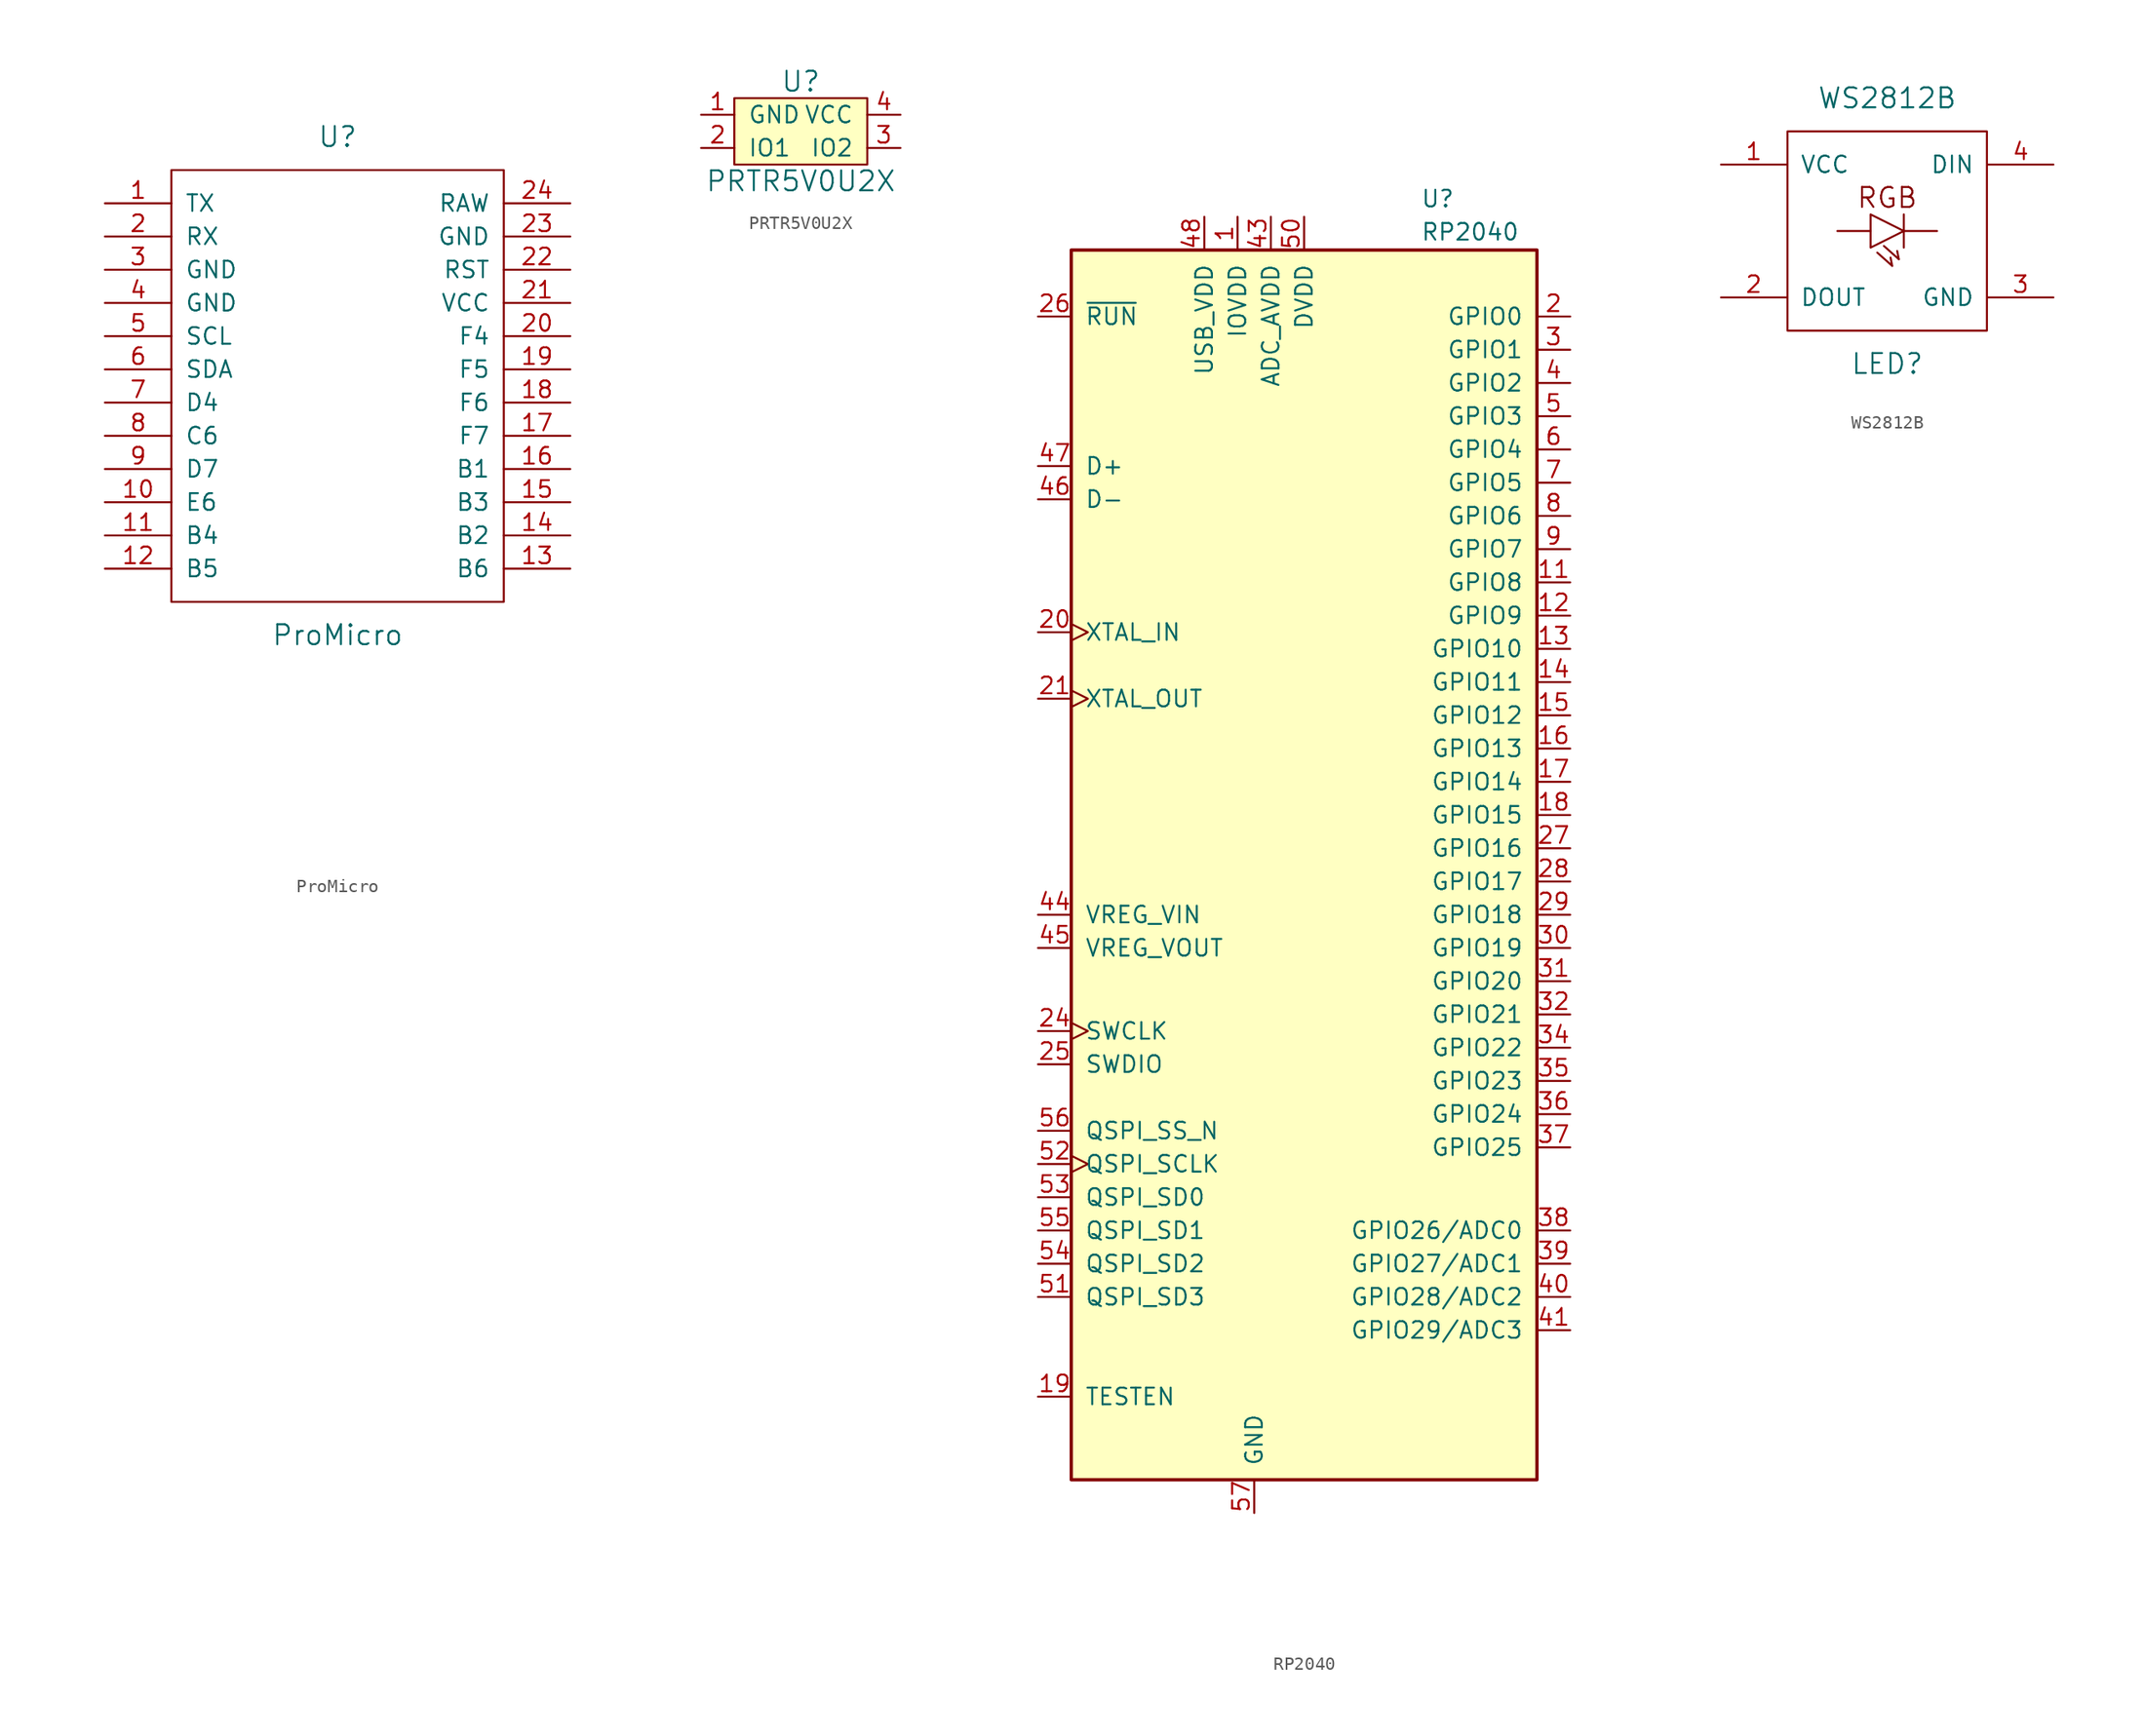
<source format=kicad_sym>
(kicad_symbol_lib
  (version 20220914)
  (generator kicad_symbol_editor)
  (symbol "ProMicro"
    (pin_names
      (offset 1.016))
    (property "Reference" "U"
      (at 0 24.13 0)
      (effects (font (size 1.524 1.524))))
    (property "Value" "ProMicro"
      (at 0 -13.97 0)
      (effects (font (size 1.524 1.524))))
    (property "Footprint" ""
      (at 2.54 -26.67 0)
      (effects (font (size 1.524 1.524))))
    (property "Datasheet" ""
      (at 2.54 -26.67 0)
      (effects (font (size 1.524 1.524))))
    (symbol "ProMicro_0_1"
      (rectangle (start -12.7 21.59) (end 12.7 -11.43) (stroke (width 0) (type solid)) (fill (type none))))
    (symbol "ProMicro_1_1"
      (pin bidirectional line (at -17.78 19.05 0) (length 5.08) (name "TX" (effects (font (size 1.27 1.27)))) (number "1" (effects (font (size 1.27 1.27)))))
      (pin bidirectional line (at -17.78 -3.81 0) (length 5.08) (name "E6" (effects (font (size 1.27 1.27)))) (number "10" (effects (font (size 1.27 1.27)))))
      (pin bidirectional line (at -17.78 -6.35 0) (length 5.08) (name "B4" (effects (font (size 1.27 1.27)))) (number "11" (effects (font (size 1.27 1.27)))))
      (pin bidirectional line (at -17.78 -8.89 0) (length 5.08) (name "B5" (effects (font (size 1.27 1.27)))) (number "12" (effects (font (size 1.27 1.27)))))
      (pin bidirectional line (at 17.78 -8.89 180) (length 5.08) (name "B6" (effects (font (size 1.27 1.27)))) (number "13" (effects (font (size 1.27 1.27)))))
      (pin bidirectional line (at 17.78 -6.35 180) (length 5.08) (name "B2" (effects (font (size 1.27 1.27)))) (number "14" (effects (font (size 1.27 1.27)))))
      (pin bidirectional line (at 17.78 -3.81 180) (length 5.08) (name "B3" (effects (font (size 1.27 1.27)))) (number "15" (effects (font (size 1.27 1.27)))))
      (pin bidirectional line (at 17.78 -1.27 180) (length 5.08) (name "B1" (effects (font (size 1.27 1.27)))) (number "16" (effects (font (size 1.27 1.27)))))
      (pin bidirectional line (at 17.78 1.27 180) (length 5.08) (name "F7" (effects (font (size 1.27 1.27)))) (number "17" (effects (font (size 1.27 1.27)))))
      (pin bidirectional line (at 17.78 3.81 180) (length 5.08) (name "F6" (effects (font (size 1.27 1.27)))) (number "18" (effects (font (size 1.27 1.27)))))
      (pin bidirectional line (at 17.78 6.35 180) (length 5.08) (name "F5" (effects (font (size 1.27 1.27)))) (number "19" (effects (font (size 1.27 1.27)))))
      (pin bidirectional line (at -17.78 16.51 0) (length 5.08) (name "RX" (effects (font (size 1.27 1.27)))) (number "2" (effects (font (size 1.27 1.27)))))
      (pin bidirectional line (at 17.78 8.89 180) (length 5.08) (name "F4" (effects (font (size 1.27 1.27)))) (number "20" (effects (font (size 1.27 1.27)))))
      (pin power_in line (at 17.78 11.43 180) (length 5.08) (name "VCC" (effects (font (size 1.27 1.27)))) (number "21" (effects (font (size 1.27 1.27)))))
      (pin input line (at 17.78 13.97 180) (length 5.08) (name "RST" (effects (font (size 1.27 1.27)))) (number "22" (effects (font (size 1.27 1.27)))))
      (pin power_in line (at 17.78 16.51 180) (length 5.08) (name "GND" (effects (font (size 1.27 1.27)))) (number "23" (effects (font (size 1.27 1.27)))))
      (pin power_out line (at 17.78 19.05 180) (length 5.08) (name "RAW" (effects (font (size 1.27 1.27)))) (number "24" (effects (font (size 1.27 1.27)))))
      (pin power_in line (at -17.78 13.97 0) (length 5.08) (name "GND" (effects (font (size 1.27 1.27)))) (number "3" (effects (font (size 1.27 1.27)))))
      (pin power_in line (at -17.78 11.43 0) (length 5.08) (name "GND" (effects (font (size 1.27 1.27)))) (number "4" (effects (font (size 1.27 1.27)))))
      (pin bidirectional line (at -17.78 8.89 0) (length 5.08) (name "SCL" (effects (font (size 1.27 1.27)))) (number "5" (effects (font (size 1.27 1.27)))))
      (pin bidirectional line (at -17.78 6.35 0) (length 5.08) (name "SDA" (effects (font (size 1.27 1.27)))) (number "6" (effects (font (size 1.27 1.27)))))
      (pin bidirectional line (at -17.78 3.81 0) (length 5.08) (name "D4" (effects (font (size 1.27 1.27)))) (number "7" (effects (font (size 1.27 1.27)))))
      (pin bidirectional line (at -17.78 1.27 0) (length 5.08) (name "C6" (effects (font (size 1.27 1.27)))) (number "8" (effects (font (size 1.27 1.27)))))
      (pin bidirectional line (at -17.78 -1.27 0) (length 5.08) (name "D7" (effects (font (size 1.27 1.27)))) (number "9" (effects (font (size 1.27 1.27)))))))
  (symbol "PRTR5V0U2X"
    (pin_names
      (offset 1.016))
    (property "Reference" "U"
      (at 0 3.81 0)
      (effects (font (size 1.524 1.524))))
    (property "Value" "PRTR5V0U2X"
      (at 0 -3.81 0)
      (effects (font (size 1.524 1.524))))
    (symbol "PRTR5V0U2X_0_1"
      (rectangle (start -5.08 2.54) (end 5.08 -2.54) (stroke (width 0) (type solid)) (fill (type background))))
    (symbol "PRTR5V0U2X_1_1"
      (pin input line (at -7.62 1.27 0) (length 2.54) (name "GND" (effects (font (size 1.27 1.27)))) (number "1" (effects (font (size 1.27 1.27)))))
      (pin input line (at -7.62 -1.27 0) (length 2.54) (name "IO1" (effects (font (size 1.27 1.27)))) (number "2" (effects (font (size 1.27 1.27)))))
      (pin input line (at 7.62 -1.27 180) (length 2.54) (name "IO2" (effects (font (size 1.27 1.27)))) (number "3" (effects (font (size 1.27 1.27)))))
      (pin input line (at 7.62 1.27 180) (length 2.54) (name "VCC" (effects (font (size 1.27 1.27)))) (number "4" (effects (font (size 1.27 1.27)))))))
  (symbol "RP2040"
    (pin_names
      (offset 1.016))
    (property "Reference" "U"
      (at 8.89 51.435 0)
      (effects (font (size 1.27 1.27)) (justify left bottom)))
    (property "Value" "RP2040"
      (at 8.89 48.895 0)
      (effects (font (size 1.27 1.27)) (justify left bottom)))
    (symbol "RP2040_0_0"
      (rectangle (start -17.78 -45.72) (end 17.78 48.26) (stroke (width 0.254) (type default)) (fill (type background))))
    (symbol "RP2040_1_1"
      (pin power_in line (at -5.08 50.8 270) (length 2.54) (name "IOVDD" (effects (font (size 1.27 1.27)))) (number "1" (effects (font (size 1.27 1.27)))))
      (pin power_in line (at -5.08 50.8 270) (length 2.54) hide (name "IOVDD" (effects (font (size 1.27 1.27)))) (number "10" (effects (font (size 1.27 1.27)))))
      (pin input line (at 20.32 22.86 180) (length 2.54) (name "GPIO8" (effects (font (size 1.27 1.27)))) (number "11" (effects (font (size 1.27 1.27)))))
      (pin input line (at 20.32 20.32 180) (length 2.54) (name "GPIO9" (effects (font (size 1.27 1.27)))) (number "12" (effects (font (size 1.27 1.27)))))
      (pin input line (at 20.32 17.78 180) (length 2.54) (name "GPIO10" (effects (font (size 1.27 1.27)))) (number "13" (effects (font (size 1.27 1.27)))))
      (pin input line (at 20.32 15.24 180) (length 2.54) (name "GPIO11" (effects (font (size 1.27 1.27)))) (number "14" (effects (font (size 1.27 1.27)))))
      (pin input line (at 20.32 12.7 180) (length 2.54) (name "GPIO12" (effects (font (size 1.27 1.27)))) (number "15" (effects (font (size 1.27 1.27)))))
      (pin input line (at 20.32 10.16 180) (length 2.54) (name "GPIO13" (effects (font (size 1.27 1.27)))) (number "16" (effects (font (size 1.27 1.27)))))
      (pin input line (at 20.32 7.62 180) (length 2.54) (name "GPIO14" (effects (font (size 1.27 1.27)))) (number "17" (effects (font (size 1.27 1.27)))))
      (pin input line (at 20.32 5.08 180) (length 2.54) (name "GPIO15" (effects (font (size 1.27 1.27)))) (number "18" (effects (font (size 1.27 1.27)))))
      (pin input line (at -20.32 -39.37 0) (length 2.54) (name "TESTEN" (effects (font (size 1.27 1.27)))) (number "19" (effects (font (size 1.27 1.27)))))
      (pin input line (at 20.32 43.18 180) (length 2.54) (name "GPIO0" (effects (font (size 1.27 1.27)))) (number "2" (effects (font (size 1.27 1.27)))))
      (pin input clock (at -20.32 19.05 0) (length 2.54) (name "XTAL_IN" (effects (font (size 1.27 1.27)))) (number "20" (effects (font (size 1.27 1.27)))))
      (pin input clock (at -20.32 13.97 0) (length 2.54) (name "XTAL_OUT" (effects (font (size 1.27 1.27)))) (number "21" (effects (font (size 1.27 1.27)))))
      (pin power_in line (at -5.08 50.8 270) (length 2.54) hide (name "IOVDD" (effects (font (size 1.27 1.27)))) (number "22" (effects (font (size 1.27 1.27)))))
      (pin power_in line (at 0 50.8 270) (length 2.54) hide (name "DVDD" (effects (font (size 1.27 1.27)))) (number "23" (effects (font (size 1.27 1.27)))))
      (pin input clock (at -20.32 -11.43 0) (length 2.54) (name "SWCLK" (effects (font (size 1.27 1.27)))) (number "24" (effects (font (size 1.27 1.27)))))
      (pin bidirectional line (at -20.32 -13.97 0) (length 2.54) (name "SWDIO" (effects (font (size 1.27 1.27)))) (number "25" (effects (font (size 1.27 1.27)))))
      (pin input line (at -20.32 43.18 0) (length 2.54) (name "~{RUN}" (effects (font (size 1.27 1.27)))) (number "26" (effects (font (size 1.27 1.27)))))
      (pin input line (at 20.32 2.54 180) (length 2.54) (name "GPIO16" (effects (font (size 1.27 1.27)))) (number "27" (effects (font (size 1.27 1.27)))))
      (pin input line (at 20.32 0 180) (length 2.54) (name "GPIO17" (effects (font (size 1.27 1.27)))) (number "28" (effects (font (size 1.27 1.27)))))
      (pin input line (at 20.32 -2.54 180) (length 2.54) (name "GPIO18" (effects (font (size 1.27 1.27)))) (number "29" (effects (font (size 1.27 1.27)))))
      (pin input line (at 20.32 40.64 180) (length 2.54) (name "GPIO1" (effects (font (size 1.27 1.27)))) (number "3" (effects (font (size 1.27 1.27)))))
      (pin input line (at 20.32 -5.08 180) (length 2.54) (name "GPIO19" (effects (font (size 1.27 1.27)))) (number "30" (effects (font (size 1.27 1.27)))))
      (pin input line (at 20.32 -7.62 180) (length 2.54) (name "GPIO20" (effects (font (size 1.27 1.27)))) (number "31" (effects (font (size 1.27 1.27)))))
      (pin input line (at 20.32 -10.16 180) (length 2.54) (name "GPIO21" (effects (font (size 1.27 1.27)))) (number "32" (effects (font (size 1.27 1.27)))))
      (pin power_in line (at -5.08 50.8 270) (length 2.54) hide (name "IOVDD" (effects (font (size 1.27 1.27)))) (number "33" (effects (font (size 1.27 1.27)))))
      (pin input line (at 20.32 -12.7 180) (length 2.54) (name "GPIO22" (effects (font (size 1.27 1.27)))) (number "34" (effects (font (size 1.27 1.27)))))
      (pin input line (at 20.32 -15.24 180) (length 2.54) (name "GPIO23" (effects (font (size 1.27 1.27)))) (number "35" (effects (font (size 1.27 1.27)))))
      (pin input line (at 20.32 -17.78 180) (length 2.54) (name "GPIO24" (effects (font (size 1.27 1.27)))) (number "36" (effects (font (size 1.27 1.27)))))
      (pin input line (at 20.32 -20.32 180) (length 2.54) (name "GPIO25" (effects (font (size 1.27 1.27)))) (number "37" (effects (font (size 1.27 1.27)))))
      (pin input line (at 20.32 -26.67 180) (length 2.54) (name "GPIO26/ADC0" (effects (font (size 1.27 1.27)))) (number "38" (effects (font (size 1.27 1.27)))))
      (pin input line (at 20.32 -29.21 180) (length 2.54) (name "GPIO27/ADC1" (effects (font (size 1.27 1.27)))) (number "39" (effects (font (size 1.27 1.27)))))
      (pin input line (at 20.32 38.1 180) (length 2.54) (name "GPIO2" (effects (font (size 1.27 1.27)))) (number "4" (effects (font (size 1.27 1.27)))))
      (pin input line (at 20.32 -31.75 180) (length 2.54) (name "GPIO28/ADC2" (effects (font (size 1.27 1.27)))) (number "40" (effects (font (size 1.27 1.27)))))
      (pin input line (at 20.32 -34.29 180) (length 2.54) (name "GPIO29/ADC3" (effects (font (size 1.27 1.27)))) (number "41" (effects (font (size 1.27 1.27)))))
      (pin power_in line (at -5.08 50.8 270) (length 2.54) hide (name "IOVDD" (effects (font (size 1.27 1.27)))) (number "42" (effects (font (size 1.27 1.27)))))
      (pin power_in line (at -2.54 50.8 270) (length 2.54) (name "ADC_AVDD" (effects (font (size 1.27 1.27)))) (number "43" (effects (font (size 1.27 1.27)))))
      (pin power_in line (at -20.32 -2.54 0) (length 2.54) (name "VREG_VIN" (effects (font (size 1.27 1.27)))) (number "44" (effects (font (size 1.27 1.27)))))
      (pin power_out line (at -20.32 -5.08 0) (length 2.54) (name "VREG_VOUT" (effects (font (size 1.27 1.27)))) (number "45" (effects (font (size 1.27 1.27)))))
      (pin bidirectional line (at -20.32 29.21 0) (length 2.54) (name "D-" (effects (font (size 1.27 1.27)))) (number "46" (effects (font (size 1.27 1.27)))))
      (pin bidirectional line (at -20.32 31.75 0) (length 2.54) (name "D+" (effects (font (size 1.27 1.27)))) (number "47" (effects (font (size 1.27 1.27)))))
      (pin power_in line (at -7.62 50.8 270) (length 2.54) (name "USB_VDD" (effects (font (size 1.27 1.27)))) (number "48" (effects (font (size 1.27 1.27)))))
      (pin power_in line (at -5.08 50.8 270) (length 2.54) hide (name "IOVDD" (effects (font (size 1.27 1.27)))) (number "49" (effects (font (size 1.27 1.27)))))
      (pin input line (at 20.32 35.56 180) (length 2.54) (name "GPIO3" (effects (font (size 1.27 1.27)))) (number "5" (effects (font (size 1.27 1.27)))))
      (pin power_in line (at 0 50.8 270) (length 2.54) (name "DVDD" (effects (font (size 1.27 1.27)))) (number "50" (effects (font (size 1.27 1.27)))))
      (pin bidirectional line (at -20.32 -31.75 0) (length 2.54) (name "QSPI_SD3" (effects (font (size 1.27 1.27)))) (number "51" (effects (font (size 1.27 1.27)))))
      (pin input clock (at -20.32 -21.59 0) (length 2.54) (name "QSPI_SCLK" (effects (font (size 1.27 1.27)))) (number "52" (effects (font (size 1.27 1.27)))))
      (pin bidirectional line (at -20.32 -24.13 0) (length 2.54) (name "QSPI_SD0" (effects (font (size 1.27 1.27)))) (number "53" (effects (font (size 1.27 1.27)))))
      (pin bidirectional line (at -20.32 -29.21 0) (length 2.54) (name "QSPI_SD2" (effects (font (size 1.27 1.27)))) (number "54" (effects (font (size 1.27 1.27)))))
      (pin bidirectional line (at -20.32 -26.67 0) (length 2.54) (name "QSPI_SD1" (effects (font (size 1.27 1.27)))) (number "55" (effects (font (size 1.27 1.27)))))
      (pin bidirectional line (at -20.32 -19.05 0) (length 2.54) (name "QSPI_SS_N" (effects (font (size 1.27 1.27)))) (number "56" (effects (font (size 1.27 1.27)))))
      (pin power_in line (at -3.81 -48.26 90) (length 2.54) (name "GND" (effects (font (size 1.27 1.27)))) (number "57" (effects (font (size 1.27 1.27)))))
      (pin input line (at 20.32 33.02 180) (length 2.54) (name "GPIO4" (effects (font (size 1.27 1.27)))) (number "6" (effects (font (size 1.27 1.27)))))
      (pin input line (at 20.32 30.48 180) (length 2.54) (name "GPIO5" (effects (font (size 1.27 1.27)))) (number "7" (effects (font (size 1.27 1.27)))))
      (pin input line (at 20.32 27.94 180) (length 2.54) (name "GPIO6" (effects (font (size 1.27 1.27)))) (number "8" (effects (font (size 1.27 1.27)))))
      (pin input line (at 20.32 25.4 180) (length 2.54) (name "GPIO7" (effects (font (size 1.27 1.27)))) (number "9" (effects (font (size 1.27 1.27)))))))
  (symbol "WS2812B"
    (pin_names
      (offset 1.016))
    (property "Reference" "LED"
      (at 0 -10.16 0)
      (effects (font (size 1.524 1.524))))
    (property "Value" "WS2812B"
      (at 0 10.16 0)
      (effects (font (size 1.524 1.524))))
    (property "Footprint" ""
      (at -1.27 0 90)
      (effects (font (size 1.524 1.524))))
    (property "Datasheet" ""
      (at -1.27 0 90)
      (effects (font (size 1.524 1.524))))
    (symbol "WS2812B_0_0"
      (polyline (pts (xy -1.27 0) (xy -3.81 0)) (stroke (width 0) (type solid)) (fill (type none)))
      (polyline (pts (xy -0.254 -1.143) (xy 0.889 -2.159)) (stroke (width 0) (type solid)) (fill (type none)))
      (polyline (pts (xy 0.381 -2.667) (xy -0.762 -1.651)) (stroke (width 0) (type solid)) (fill (type none)))
      (polyline (pts (xy 0.381 -2.667) (xy 0.254 -2.032)) (stroke (width 0) (type solid)) (fill (type none)))
      (polyline (pts (xy 0.889 -2.159) (xy 0.762 -1.524)) (stroke (width 0) (type solid)) (fill (type none)))
      (polyline (pts (xy 1.27 0) (xy 3.81 0)) (stroke (width 0) (type solid)) (fill (type none)))
      (text "RGB" (at 0 2.54 0) (effects (font (size 1.524 1.524)))))
    (symbol "WS2812B_0_1"
      (rectangle (start -7.62 7.62) (end 7.62 -7.62) (stroke (width 0) (type solid)) (fill (type none)))
      (polyline (pts (xy 1.27 0) (xy -1.27 1.27) (xy -1.27 -1.27) (xy 1.27 0) (xy 1.27 0)) (stroke (width 0) (type solid)) (fill (type none)))
      (rectangle (start 1.27 1.27) (end 1.27 -1.27) (stroke (width 0) (type solid)) (fill (type none))))
    (symbol "WS2812B_1_1"
      (pin power_in line (at -12.7 5.08 0) (length 5.004) (name "VCC" (effects (font (size 1.27 1.27)))) (number "1" (effects (font (size 1.27 1.27)))))
      (pin output line (at -12.7 -5.08 0) (length 5.004) (name "DOUT" (effects (font (size 1.27 1.27)))) (number "2" (effects (font (size 1.27 1.27)))))
      (pin power_in line (at 12.7 -5.08 180) (length 5.004) (name "GND" (effects (font (size 1.27 1.27)))) (number "3" (effects (font (size 1.27 1.27)))))
      (pin input line (at 12.7 5.08 180) (length 5.004) (name "DIN" (effects (font (size 1.27 1.27)))) (number "4" (effects (font (size 1.27 1.27))))))))
</source>
